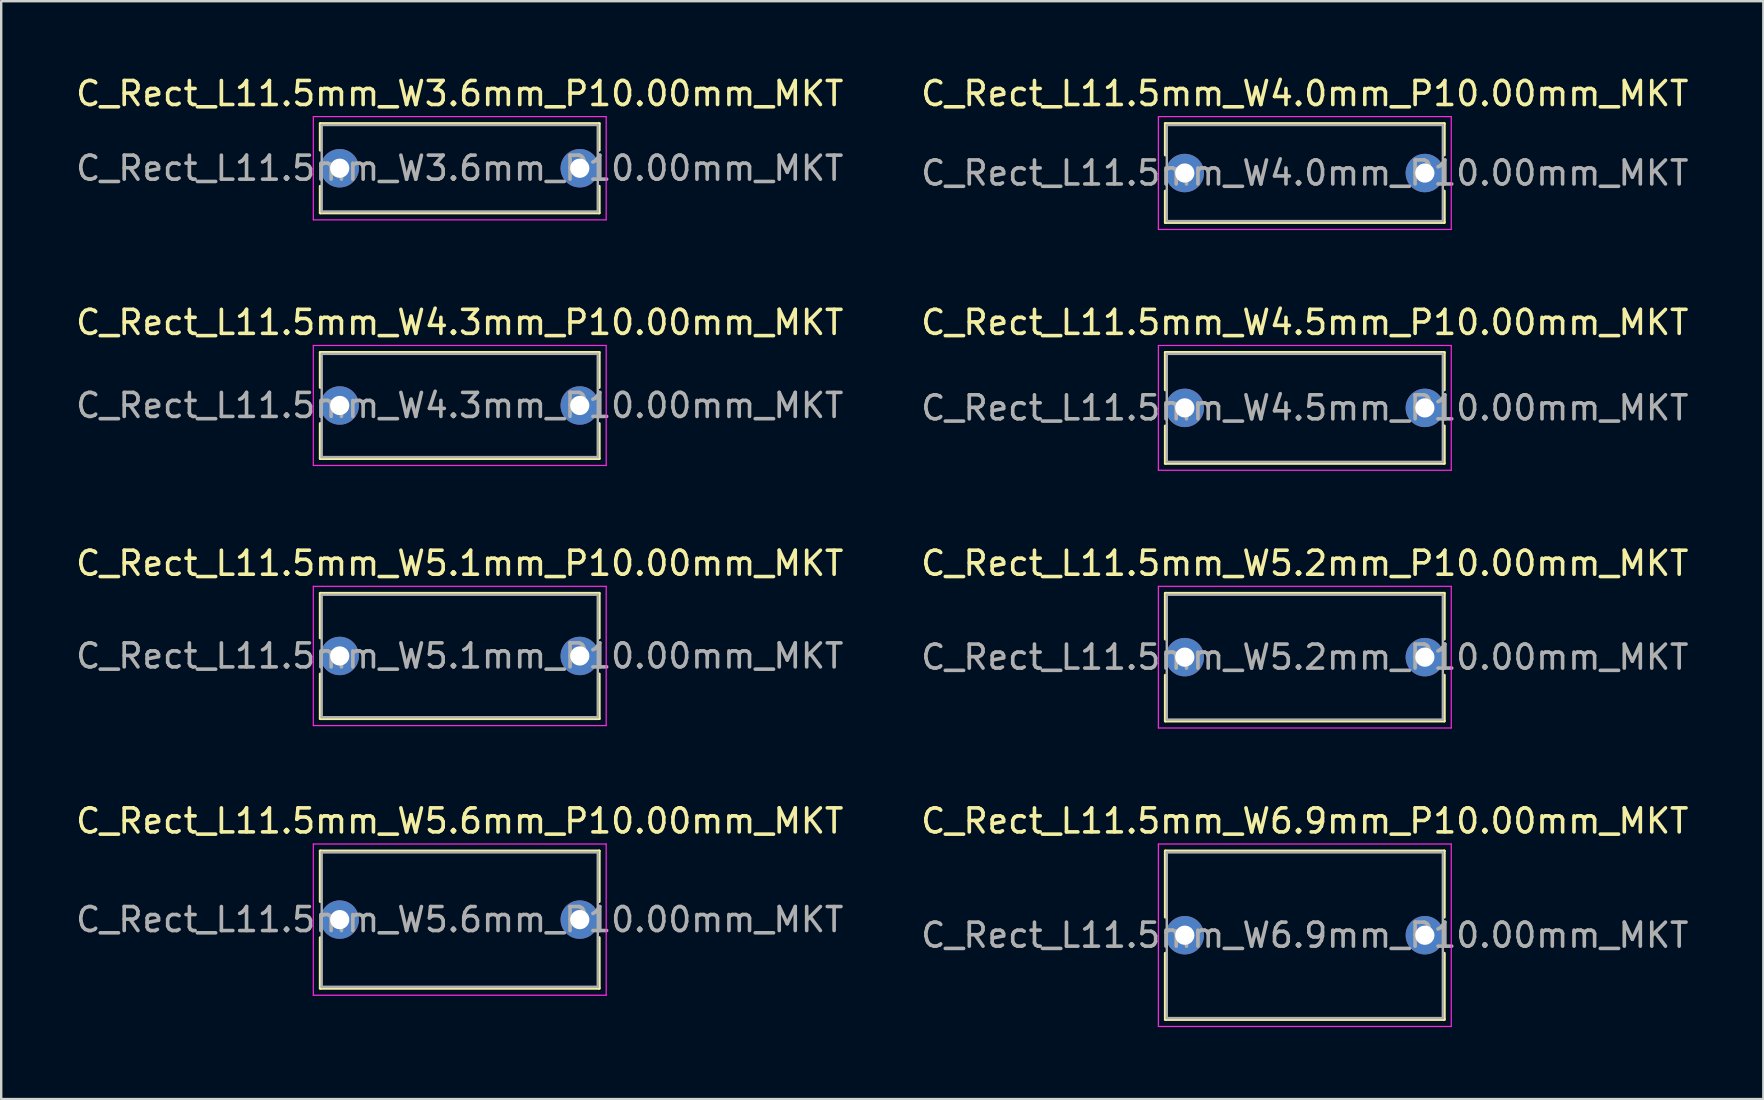
<source format=kicad_pcb>
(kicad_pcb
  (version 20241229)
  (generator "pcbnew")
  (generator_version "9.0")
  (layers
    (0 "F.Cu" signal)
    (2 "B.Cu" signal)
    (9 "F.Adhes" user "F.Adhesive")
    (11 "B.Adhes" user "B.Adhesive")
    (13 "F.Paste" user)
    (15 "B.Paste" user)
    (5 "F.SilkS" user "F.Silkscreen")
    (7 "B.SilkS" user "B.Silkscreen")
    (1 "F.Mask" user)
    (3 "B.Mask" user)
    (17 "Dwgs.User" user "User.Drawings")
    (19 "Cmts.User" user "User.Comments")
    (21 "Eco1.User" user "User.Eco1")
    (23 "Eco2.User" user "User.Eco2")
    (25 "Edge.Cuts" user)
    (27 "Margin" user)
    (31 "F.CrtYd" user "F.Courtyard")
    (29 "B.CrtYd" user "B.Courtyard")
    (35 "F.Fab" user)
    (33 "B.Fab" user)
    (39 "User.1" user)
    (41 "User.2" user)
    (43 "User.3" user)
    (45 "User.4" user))
  (footprint "C_Rect_L11.5mm_W5.1mm_P10.00mm_MKT"
    (layer "F.Cu")
    (at 11.101 24.275)
    (property "Reference" "C_Rect_L11.5mm_W5.1mm_P10.00mm_MKT" (at 5 -3.86 0) (layer "F.SilkS") (effects (font (size 1 1) (thickness 0.15))))
    (attr through_hole)
    (fp_line (start -0.81 -2.61) (end -0.81 -0.75) (stroke (width 0.12) (type solid)) (layer "F.SilkS"))
    (fp_line (start -0.81 -2.61) (end 10.81 -2.61) (stroke (width 0.12) (type solid)) (layer "F.SilkS"))
    (fp_line (start -0.81 0.75) (end -0.81 2.61) (stroke (width 0.12) (type solid)) (layer "F.SilkS"))
    (fp_line (start -0.81 2.61) (end 10.81 2.61) (stroke (width 0.12) (type solid)) (layer "F.SilkS"))
    (fp_line (start 10.81 -2.61) (end 10.81 -0.75) (stroke (width 0.12) (type solid)) (layer "F.SilkS"))
    (fp_line (start 10.81 0.75) (end 10.81 2.61) (stroke (width 0.12) (type solid)) (layer "F.SilkS"))
    (fp_line (start -1.1 -2.9) (end -1.1 2.9) (stroke (width 0.05) (type solid)) (layer "F.CrtYd"))
    (fp_line (start -1.1 2.9) (end 11.1 2.9) (stroke (width 0.05) (type solid)) (layer "F.CrtYd"))
    (fp_line (start 11.1 -2.9) (end -1.1 -2.9) (stroke (width 0.05) (type solid)) (layer "F.CrtYd"))
    (fp_line (start 11.1 2.9) (end 11.1 -2.9) (stroke (width 0.05) (type solid)) (layer "F.CrtYd"))
    (fp_line (start -0.75 -2.55) (end -0.75 2.55) (stroke (width 0.1) (type solid)) (layer "F.Fab"))
    (fp_line (start -0.75 2.55) (end 10.75 2.55) (stroke (width 0.1) (type solid)) (layer "F.Fab"))
    (fp_line (start 10.75 -2.55) (end -0.75 -2.55) (stroke (width 0.1) (type solid)) (layer "F.Fab"))
    (fp_line (start 10.75 2.55) (end 10.75 -2.55) (stroke (width 0.1) (type solid)) (layer "F.Fab"))
    (fp_text user "${REFERENCE}" (at 5 0 0) (layer "F.Fab") (effects (font (size 1 1) (thickness 0.15))))
    (pad "1" thru_hole circle (at 0 0) (size 1.6 1.6) (drill 0.8) (layers "*.Cu" "*.Mask"))
    (pad "2" thru_hole circle (at 10 0) (size 1.6 1.6) (drill 0.8) (layers "*.Cu" "*.Mask")))
  (footprint "C_Rect_L11.5mm_W4.0mm_P10.00mm_MKT"
    (layer "F.Cu")
    (at 46.304 4.158)
    (property "Reference" "C_Rect_L11.5mm_W4.0mm_P10.00mm_MKT" (at 5 -3.31 0) (layer "F.SilkS") (effects (font (size 1 1) (thickness 0.15))))
    (attr through_hole)
    (fp_line (start -0.81 -2.06) (end -0.81 -0.75) (stroke (width 0.12) (type solid)) (layer "F.SilkS"))
    (fp_line (start -0.81 -2.06) (end 10.81 -2.06) (stroke (width 0.12) (type solid)) (layer "F.SilkS"))
    (fp_line (start -0.81 0.75) (end -0.81 2.06) (stroke (width 0.12) (type solid)) (layer "F.SilkS"))
    (fp_line (start -0.81 2.06) (end 10.81 2.06) (stroke (width 0.12) (type solid)) (layer "F.SilkS"))
    (fp_line (start 10.81 -2.06) (end 10.81 -0.75) (stroke (width 0.12) (type solid)) (layer "F.SilkS"))
    (fp_line (start 10.81 0.75) (end 10.81 2.06) (stroke (width 0.12) (type solid)) (layer "F.SilkS"))
    (fp_line (start -1.1 -2.35) (end -1.1 2.35) (stroke (width 0.05) (type solid)) (layer "F.CrtYd"))
    (fp_line (start -1.1 2.35) (end 11.1 2.35) (stroke (width 0.05) (type solid)) (layer "F.CrtYd"))
    (fp_line (start 11.1 -2.35) (end -1.1 -2.35) (stroke (width 0.05) (type solid)) (layer "F.CrtYd"))
    (fp_line (start 11.1 2.35) (end 11.1 -2.35) (stroke (width 0.05) (type solid)) (layer "F.CrtYd"))
    (fp_line (start -0.75 -2) (end -0.75 2) (stroke (width 0.1) (type solid)) (layer "F.Fab"))
    (fp_line (start -0.75 2) (end 10.75 2) (stroke (width 0.1) (type solid)) (layer "F.Fab"))
    (fp_line (start 10.75 -2) (end -0.75 -2) (stroke (width 0.1) (type solid)) (layer "F.Fab"))
    (fp_line (start 10.75 2) (end 10.75 -2) (stroke (width 0.1) (type solid)) (layer "F.Fab"))
    (fp_text user "${REFERENCE}" (at 5 0 0) (layer "F.Fab") (effects (font (size 1 1) (thickness 0.15))))
    (pad "1" thru_hole circle (at 0 0) (size 1.6 1.6) (drill 0.8) (layers "*.Cu" "*.Mask"))
    (pad "2" thru_hole circle (at 10 0) (size 1.6 1.6) (drill 0.8) (layers "*.Cu" "*.Mask")))
  (footprint "C_Rect_L11.5mm_W4.3mm_P10.00mm_MKT"
    (layer "F.Cu")
    (at 11.101 13.841)
    (property "Reference" "C_Rect_L11.5mm_W4.3mm_P10.00mm_MKT" (at 5 -3.46 0) (layer "F.SilkS") (effects (font (size 1 1) (thickness 0.15))))
    (attr through_hole)
    (fp_line (start -0.81 -2.21) (end -0.81 -0.75) (stroke (width 0.12) (type solid)) (layer "F.SilkS"))
    (fp_line (start -0.81 -2.21) (end 10.81 -2.21) (stroke (width 0.12) (type solid)) (layer "F.SilkS"))
    (fp_line (start -0.81 0.75) (end -0.81 2.21) (stroke (width 0.12) (type solid)) (layer "F.SilkS"))
    (fp_line (start -0.81 2.21) (end 10.81 2.21) (stroke (width 0.12) (type solid)) (layer "F.SilkS"))
    (fp_line (start 10.81 -2.21) (end 10.81 -0.75) (stroke (width 0.12) (type solid)) (layer "F.SilkS"))
    (fp_line (start 10.81 0.75) (end 10.81 2.21) (stroke (width 0.12) (type solid)) (layer "F.SilkS"))
    (fp_line (start -1.1 -2.5) (end -1.1 2.5) (stroke (width 0.05) (type solid)) (layer "F.CrtYd"))
    (fp_line (start -1.1 2.5) (end 11.1 2.5) (stroke (width 0.05) (type solid)) (layer "F.CrtYd"))
    (fp_line (start 11.1 -2.5) (end -1.1 -2.5) (stroke (width 0.05) (type solid)) (layer "F.CrtYd"))
    (fp_line (start 11.1 2.5) (end 11.1 -2.5) (stroke (width 0.05) (type solid)) (layer "F.CrtYd"))
    (fp_line (start -0.75 -2.15) (end -0.75 2.15) (stroke (width 0.1) (type solid)) (layer "F.Fab"))
    (fp_line (start -0.75 2.15) (end 10.75 2.15) (stroke (width 0.1) (type solid)) (layer "F.Fab"))
    (fp_line (start 10.75 -2.15) (end -0.75 -2.15) (stroke (width 0.1) (type solid)) (layer "F.Fab"))
    (fp_line (start 10.75 2.15) (end 10.75 -2.15) (stroke (width 0.1) (type solid)) (layer "F.Fab"))
    (fp_text user "${REFERENCE}" (at 5 0 0) (layer "F.Fab") (effects (font (size 1 1) (thickness 0.15))))
    (pad "1" thru_hole circle (at 0 0) (size 1.6 1.6) (drill 0.8) (layers "*.Cu" "*.Mask"))
    (pad "2" thru_hole circle (at 10 0) (size 1.6 1.6) (drill 0.8) (layers "*.Cu" "*.Mask")))
  (footprint "C_Rect_L11.5mm_W3.6mm_P10.00mm_MKT"
    (layer "F.Cu")
    (at 11.101 3.958)
    (property "Reference" "C_Rect_L11.5mm_W3.6mm_P10.00mm_MKT" (at 5 -3.11 0) (layer "F.SilkS") (effects (font (size 1 1) (thickness 0.15))))
    (attr through_hole)
    (fp_line (start -0.81 -1.86) (end -0.81 -0.75) (stroke (width 0.12) (type solid)) (layer "F.SilkS"))
    (fp_line (start -0.81 -1.86) (end 10.81 -1.86) (stroke (width 0.12) (type solid)) (layer "F.SilkS"))
    (fp_line (start -0.81 0.75) (end -0.81 1.86) (stroke (width 0.12) (type solid)) (layer "F.SilkS"))
    (fp_line (start -0.81 1.86) (end 10.81 1.86) (stroke (width 0.12) (type solid)) (layer "F.SilkS"))
    (fp_line (start 10.81 -1.86) (end 10.81 -0.75) (stroke (width 0.12) (type solid)) (layer "F.SilkS"))
    (fp_line (start 10.81 0.75) (end 10.81 1.86) (stroke (width 0.12) (type solid)) (layer "F.SilkS"))
    (fp_line (start -1.1 -2.15) (end -1.1 2.15) (stroke (width 0.05) (type solid)) (layer "F.CrtYd"))
    (fp_line (start -1.1 2.15) (end 11.1 2.15) (stroke (width 0.05) (type solid)) (layer "F.CrtYd"))
    (fp_line (start 11.1 -2.15) (end -1.1 -2.15) (stroke (width 0.05) (type solid)) (layer "F.CrtYd"))
    (fp_line (start 11.1 2.15) (end 11.1 -2.15) (stroke (width 0.05) (type solid)) (layer "F.CrtYd"))
    (fp_line (start -0.75 -1.8) (end -0.75 1.8) (stroke (width 0.1) (type solid)) (layer "F.Fab"))
    (fp_line (start -0.75 1.8) (end 10.75 1.8) (stroke (width 0.1) (type solid)) (layer "F.Fab"))
    (fp_line (start 10.75 -1.8) (end -0.75 -1.8) (stroke (width 0.1) (type solid)) (layer "F.Fab"))
    (fp_line (start 10.75 1.8) (end 10.75 -1.8) (stroke (width 0.1) (type solid)) (layer "F.Fab"))
    (fp_text user "${REFERENCE}" (at 5 0 0) (layer "F.Fab") (effects (font (size 1 1) (thickness 0.15))))
    (pad "1" thru_hole circle (at 0 0) (size 1.6 1.6) (drill 0.8) (layers "*.Cu" "*.Mask"))
    (pad "2" thru_hole circle (at 10 0) (size 1.6 1.6) (drill 0.8) (layers "*.Cu" "*.Mask")))
  (footprint "C_Rect_L11.5mm_W5.2mm_P10.00mm_MKT"
    (layer "F.Cu")
    (at 46.304 24.325)
    (property "Reference" "C_Rect_L11.5mm_W5.2mm_P10.00mm_MKT" (at 5 -3.91 0) (layer "F.SilkS") (effects (font (size 1 1) (thickness 0.15))))
    (attr through_hole)
    (fp_line (start -0.81 -2.66) (end -0.81 -0.75) (stroke (width 0.12) (type solid)) (layer "F.SilkS"))
    (fp_line (start -0.81 -2.66) (end 10.81 -2.66) (stroke (width 0.12) (type solid)) (layer "F.SilkS"))
    (fp_line (start -0.81 0.75) (end -0.81 2.66) (stroke (width 0.12) (type solid)) (layer "F.SilkS"))
    (fp_line (start -0.81 2.66) (end 10.81 2.66) (stroke (width 0.12) (type solid)) (layer "F.SilkS"))
    (fp_line (start 10.81 -2.66) (end 10.81 -0.75) (stroke (width 0.12) (type solid)) (layer "F.SilkS"))
    (fp_line (start 10.81 0.75) (end 10.81 2.66) (stroke (width 0.12) (type solid)) (layer "F.SilkS"))
    (fp_line (start -1.1 -2.95) (end -1.1 2.95) (stroke (width 0.05) (type solid)) (layer "F.CrtYd"))
    (fp_line (start -1.1 2.95) (end 11.1 2.95) (stroke (width 0.05) (type solid)) (layer "F.CrtYd"))
    (fp_line (start 11.1 -2.95) (end -1.1 -2.95) (stroke (width 0.05) (type solid)) (layer "F.CrtYd"))
    (fp_line (start 11.1 2.95) (end 11.1 -2.95) (stroke (width 0.05) (type solid)) (layer "F.CrtYd"))
    (fp_line (start -0.75 -2.6) (end -0.75 2.6) (stroke (width 0.1) (type solid)) (layer "F.Fab"))
    (fp_line (start -0.75 2.6) (end 10.75 2.6) (stroke (width 0.1) (type solid)) (layer "F.Fab"))
    (fp_line (start 10.75 -2.6) (end -0.75 -2.6) (stroke (width 0.1) (type solid)) (layer "F.Fab"))
    (fp_line (start 10.75 2.6) (end 10.75 -2.6) (stroke (width 0.1) (type solid)) (layer "F.Fab"))
    (fp_text user "${REFERENCE}" (at 5 0 0) (layer "F.Fab") (effects (font (size 1 1) (thickness 0.15))))
    (pad "1" thru_hole circle (at 0 0) (size 1.6 1.6) (drill 0.8) (layers "*.Cu" "*.Mask"))
    (pad "2" thru_hole circle (at 10 0) (size 1.6 1.6) (drill 0.8) (layers "*.Cu" "*.Mask")))
  (footprint "C_Rect_L11.5mm_W4.5mm_P10.00mm_MKT"
    (layer "F.Cu")
    (at 46.304 13.941)
    (property "Reference" "C_Rect_L11.5mm_W4.5mm_P10.00mm_MKT" (at 5 -3.56 0) (layer "F.SilkS") (effects (font (size 1 1) (thickness 0.15))))
    (attr through_hole)
    (fp_line (start -0.81 -2.31) (end -0.81 -0.75) (stroke (width 0.12) (type solid)) (layer "F.SilkS"))
    (fp_line (start -0.81 -2.31) (end 10.81 -2.31) (stroke (width 0.12) (type solid)) (layer "F.SilkS"))
    (fp_line (start -0.81 0.75) (end -0.81 2.31) (stroke (width 0.12) (type solid)) (layer "F.SilkS"))
    (fp_line (start -0.81 2.31) (end 10.81 2.31) (stroke (width 0.12) (type solid)) (layer "F.SilkS"))
    (fp_line (start 10.81 -2.31) (end 10.81 -0.75) (stroke (width 0.12) (type solid)) (layer "F.SilkS"))
    (fp_line (start 10.81 0.75) (end 10.81 2.31) (stroke (width 0.12) (type solid)) (layer "F.SilkS"))
    (fp_line (start -1.1 -2.6) (end -1.1 2.6) (stroke (width 0.05) (type solid)) (layer "F.CrtYd"))
    (fp_line (start -1.1 2.6) (end 11.1 2.6) (stroke (width 0.05) (type solid)) (layer "F.CrtYd"))
    (fp_line (start 11.1 -2.6) (end -1.1 -2.6) (stroke (width 0.05) (type solid)) (layer "F.CrtYd"))
    (fp_line (start 11.1 2.6) (end 11.1 -2.6) (stroke (width 0.05) (type solid)) (layer "F.CrtYd"))
    (fp_line (start -0.75 -2.25) (end -0.75 2.25) (stroke (width 0.1) (type solid)) (layer "F.Fab"))
    (fp_line (start -0.75 2.25) (end 10.75 2.25) (stroke (width 0.1) (type solid)) (layer "F.Fab"))
    (fp_line (start 10.75 -2.25) (end -0.75 -2.25) (stroke (width 0.1) (type solid)) (layer "F.Fab"))
    (fp_line (start 10.75 2.25) (end 10.75 -2.25) (stroke (width 0.1) (type solid)) (layer "F.Fab"))
    (fp_text user "${REFERENCE}" (at 5 0 0) (layer "F.Fab") (effects (font (size 1 1) (thickness 0.15))))
    (pad "1" thru_hole circle (at 0 0) (size 1.6 1.6) (drill 0.8) (layers "*.Cu" "*.Mask"))
    (pad "2" thru_hole circle (at 10 0) (size 1.6 1.6) (drill 0.8) (layers "*.Cu" "*.Mask")))
  (footprint "C_Rect_L11.5mm_W6.9mm_P10.00mm_MKT"
    (layer "F.Cu")
    (at 46.304 35.908)
    (property "Reference" "C_Rect_L11.5mm_W6.9mm_P10.00mm_MKT" (at 5 -4.76 0) (layer "F.SilkS") (effects (font (size 1 1) (thickness 0.15))))
    (attr through_hole)
    (fp_line (start -0.81 -3.51) (end -0.81 -0.75) (stroke (width 0.12) (type solid)) (layer "F.SilkS"))
    (fp_line (start -0.81 -3.51) (end 10.81 -3.51) (stroke (width 0.12) (type solid)) (layer "F.SilkS"))
    (fp_line (start -0.81 0.75) (end -0.81 3.51) (stroke (width 0.12) (type solid)) (layer "F.SilkS"))
    (fp_line (start -0.81 3.51) (end 10.81 3.51) (stroke (width 0.12) (type solid)) (layer "F.SilkS"))
    (fp_line (start 10.81 -3.51) (end 10.81 -0.75) (stroke (width 0.12) (type solid)) (layer "F.SilkS"))
    (fp_line (start 10.81 0.75) (end 10.81 3.51) (stroke (width 0.12) (type solid)) (layer "F.SilkS"))
    (fp_line (start -1.1 -3.8) (end -1.1 3.8) (stroke (width 0.05) (type solid)) (layer "F.CrtYd"))
    (fp_line (start -1.1 3.8) (end 11.1 3.8) (stroke (width 0.05) (type solid)) (layer "F.CrtYd"))
    (fp_line (start 11.1 -3.8) (end -1.1 -3.8) (stroke (width 0.05) (type solid)) (layer "F.CrtYd"))
    (fp_line (start 11.1 3.8) (end 11.1 -3.8) (stroke (width 0.05) (type solid)) (layer "F.CrtYd"))
    (fp_line (start -0.75 -3.45) (end -0.75 3.45) (stroke (width 0.1) (type solid)) (layer "F.Fab"))
    (fp_line (start -0.75 3.45) (end 10.75 3.45) (stroke (width 0.1) (type solid)) (layer "F.Fab"))
    (fp_line (start 10.75 -3.45) (end -0.75 -3.45) (stroke (width 0.1) (type solid)) (layer "F.Fab"))
    (fp_line (start 10.75 3.45) (end 10.75 -3.45) (stroke (width 0.1) (type solid)) (layer "F.Fab"))
    (fp_text user "${REFERENCE}" (at 5 0 0) (layer "F.Fab") (effects (font (size 1 1) (thickness 0.15))))
    (pad "1" thru_hole circle (at 0 0) (size 1.6 1.6) (drill 0.8) (layers "*.Cu" "*.Mask"))
    (pad "2" thru_hole circle (at 10 0) (size 1.6 1.6) (drill 0.8) (layers "*.Cu" "*.Mask")))
  (footprint "C_Rect_L11.5mm_W5.6mm_P10.00mm_MKT"
    (layer "F.Cu")
    (at 11.101 35.258)
    (property "Reference" "C_Rect_L11.5mm_W5.6mm_P10.00mm_MKT" (at 5 -4.11 0) (layer "F.SilkS") (effects (font (size 1 1) (thickness 0.15))))
    (attr through_hole)
    (fp_line (start -0.81 -2.86) (end -0.81 -0.75) (stroke (width 0.12) (type solid)) (layer "F.SilkS"))
    (fp_line (start -0.81 -2.86) (end 10.81 -2.86) (stroke (width 0.12) (type solid)) (layer "F.SilkS"))
    (fp_line (start -0.81 0.75) (end -0.81 2.86) (stroke (width 0.12) (type solid)) (layer "F.SilkS"))
    (fp_line (start -0.81 2.86) (end 10.81 2.86) (stroke (width 0.12) (type solid)) (layer "F.SilkS"))
    (fp_line (start 10.81 -2.86) (end 10.81 -0.75) (stroke (width 0.12) (type solid)) (layer "F.SilkS"))
    (fp_line (start 10.81 0.75) (end 10.81 2.86) (stroke (width 0.12) (type solid)) (layer "F.SilkS"))
    (fp_line (start -1.1 -3.15) (end -1.1 3.15) (stroke (width 0.05) (type solid)) (layer "F.CrtYd"))
    (fp_line (start -1.1 3.15) (end 11.1 3.15) (stroke (width 0.05) (type solid)) (layer "F.CrtYd"))
    (fp_line (start 11.1 -3.15) (end -1.1 -3.15) (stroke (width 0.05) (type solid)) (layer "F.CrtYd"))
    (fp_line (start 11.1 3.15) (end 11.1 -3.15) (stroke (width 0.05) (type solid)) (layer "F.CrtYd"))
    (fp_line (start -0.75 -2.8) (end -0.75 2.8) (stroke (width 0.1) (type solid)) (layer "F.Fab"))
    (fp_line (start -0.75 2.8) (end 10.75 2.8) (stroke (width 0.1) (type solid)) (layer "F.Fab"))
    (fp_line (start 10.75 -2.8) (end -0.75 -2.8) (stroke (width 0.1) (type solid)) (layer "F.Fab"))
    (fp_line (start 10.75 2.8) (end 10.75 -2.8) (stroke (width 0.1) (type solid)) (layer "F.Fab"))
    (fp_text user "${REFERENCE}" (at 5 0 0) (layer "F.Fab") (effects (font (size 1 1) (thickness 0.15))))
    (pad "1" thru_hole circle (at 0 0) (size 1.6 1.6) (drill 0.8) (layers "*.Cu" "*.Mask"))
    (pad "2" thru_hole circle (at 10 0) (size 1.6 1.6) (drill 0.8) (layers "*.Cu" "*.Mask")))
  (gr_rect
    (start -3 -3)
    (end 70.405 42.733)
    (stroke (width 0.1) (type default))
    (fill no)
    (layer "Edge.Cuts")))
</source>
